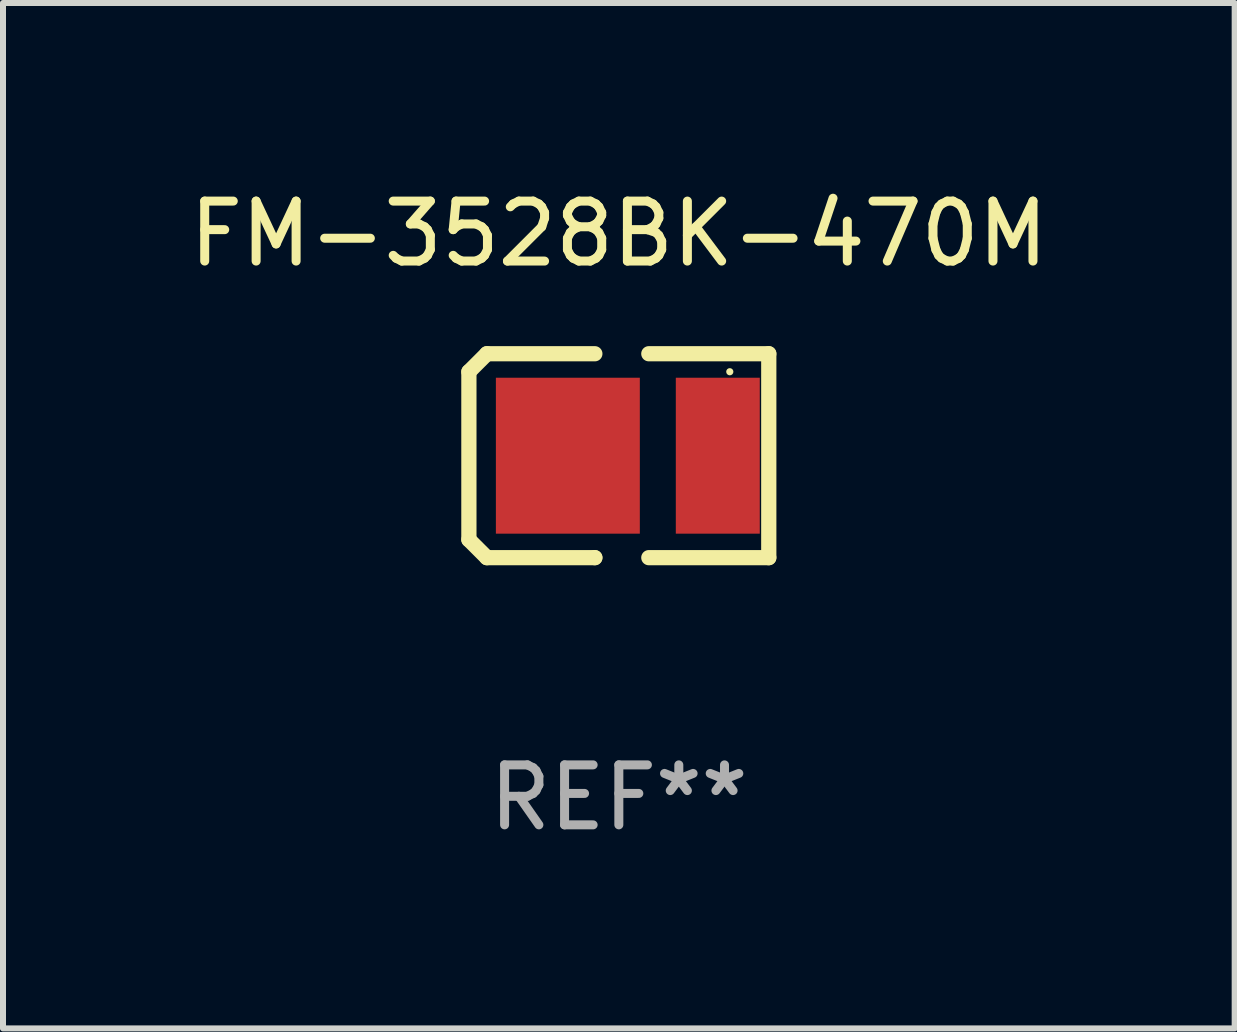
<source format=kicad_pcb>
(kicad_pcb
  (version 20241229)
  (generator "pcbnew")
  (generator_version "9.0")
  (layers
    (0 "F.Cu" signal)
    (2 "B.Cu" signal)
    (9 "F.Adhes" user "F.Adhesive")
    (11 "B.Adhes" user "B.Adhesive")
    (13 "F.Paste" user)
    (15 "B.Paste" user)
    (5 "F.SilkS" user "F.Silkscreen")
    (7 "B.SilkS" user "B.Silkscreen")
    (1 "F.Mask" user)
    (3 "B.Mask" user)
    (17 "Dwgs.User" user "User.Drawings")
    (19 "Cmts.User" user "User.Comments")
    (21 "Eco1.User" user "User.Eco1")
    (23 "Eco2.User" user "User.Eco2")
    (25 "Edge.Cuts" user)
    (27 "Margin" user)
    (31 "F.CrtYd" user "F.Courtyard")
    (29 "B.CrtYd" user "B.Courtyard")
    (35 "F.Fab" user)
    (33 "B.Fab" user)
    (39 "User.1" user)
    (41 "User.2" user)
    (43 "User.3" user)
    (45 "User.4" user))
  (footprint "FM-3528BK-470M"
    (layer "F.Cu")
    (at 7.268 4.548)
    (property "Reference" "FM-3528BK-470M" (at 0 -3.7 0) (layer "F.SilkS") (effects (font (size 1 1) (thickness 0.15))))
    (attr through_hole)
    (fp_line (start -2.5 1.4) (end -2.2 1.7) (stroke (width 0.254) (type solid)) (layer "F.SilkS"))
    (fp_line (start -2.5 -1.4) (end -2.5 1.4) (stroke (width 0.254) (type solid)) (layer "F.SilkS"))
    (fp_line (start -2.2 1.7) (end -0.4 1.7) (stroke (width 0.254) (type solid)) (layer "F.SilkS"))
    (fp_line (start -2.2 -1.7) (end -2.5 -1.4) (stroke (width 0.254) (type solid)) (layer "F.SilkS"))
    (fp_line (start -0.4 -1.7) (end -2.2 -1.7) (stroke (width 0.254) (type solid)) (layer "F.SilkS"))
    (fp_line (start -0.4 1.7) (end -0.4 1.7) (stroke (width 0.254) (type solid)) (layer "F.SilkS"))
    (fp_line (start 0.5 -1.7) (end 2.5 -1.7) (stroke (width 0.254) (type solid)) (layer "F.SilkS"))
    (fp_line (start 2.5 -1.7) (end 2.5 1.7) (stroke (width 0.254) (type solid)) (layer "F.SilkS"))
    (fp_line (start 2.5 1.7) (end 0.5 1.7) (stroke (width 0.254) (type solid)) (layer "F.SilkS"))
    (fp_circle (center 1.85 -1.4) (end 1.88 -1.4) (stroke (width 0.06) (type solid)) (fill no) (layer "F.SilkS"))
    (fp_text user "REF**" (at 0 5.7 0) (layer "F.Fab") (effects (font (size 1 1) (thickness 0.15))))
    (pad "1" smd rect (at 1.65 0 180) (size 1.4 2.6) (layers "F.Cu" "F.Mask" "F.Paste"))
    (pad "2" smd rect (at -0.85 0) (size 2.4 2.6) (layers "F.Cu" "F.Mask" "F.Paste")))
  (gr_rect
    (start -3 -3)
    (end 17.536 14.097)
    (stroke (width 0.1) (type default))
    (fill no)
    (layer "Edge.Cuts")))
</source>
